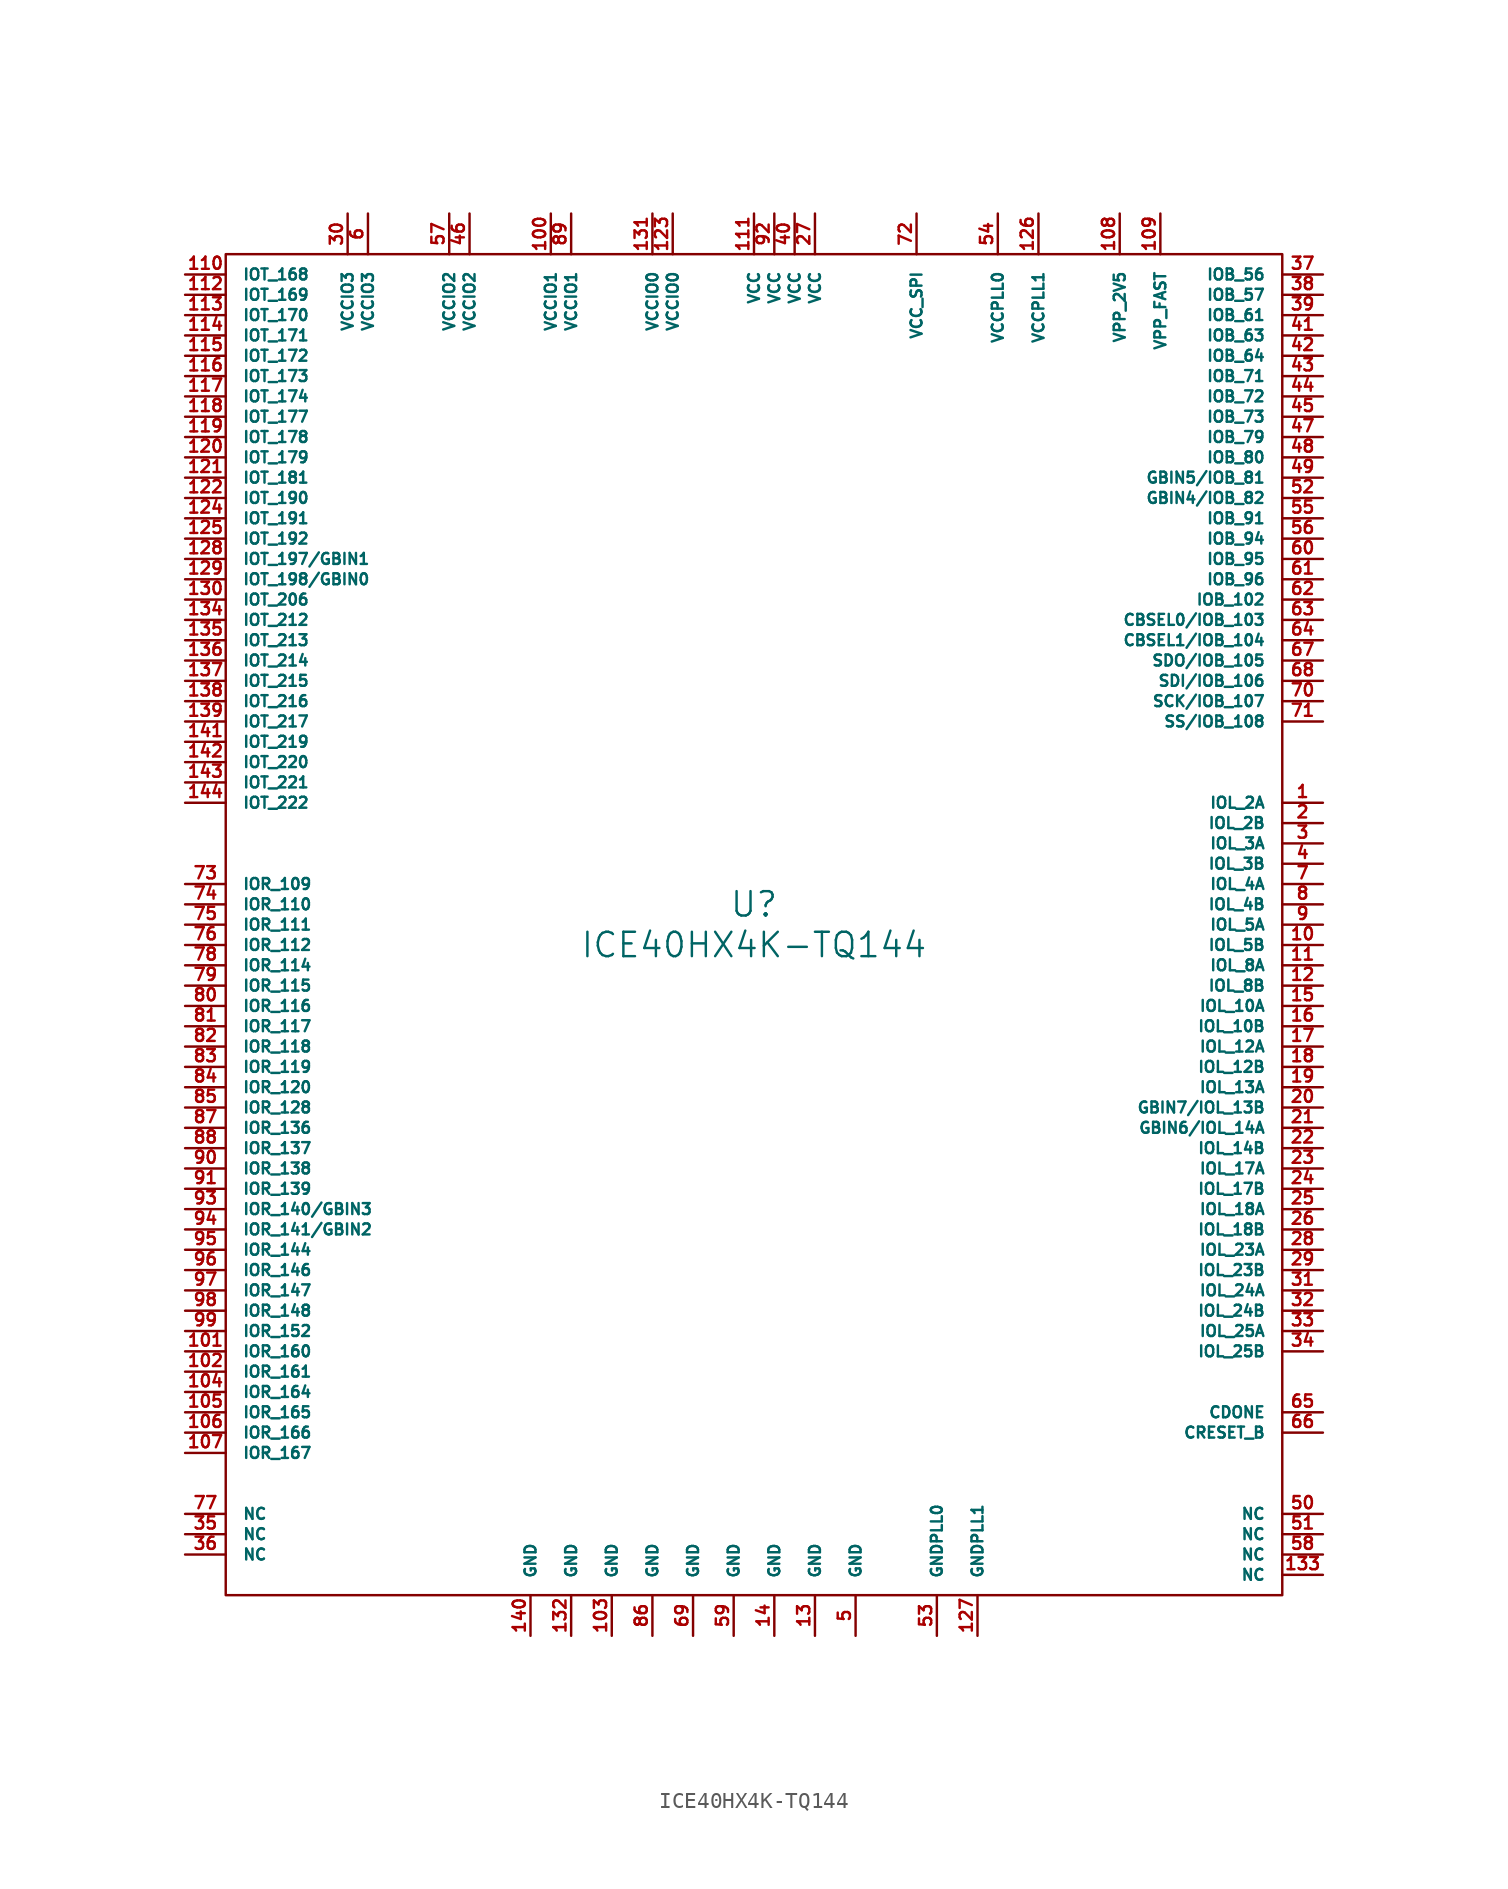
<source format=kicad_sym>
(kicad_symbol_lib
  (version 20220914)
  (generator kicad_symbol_editor)
  (symbol "ICE40HX4K-TQ144"
    (pin_names
      (offset 1.016))
    (property "Reference" "U"
      (at 0 1.27 0)
      (effects (font (size 1.524 1.524))))
    (property "Value" "ICE40HX4K-TQ144"
      (at 0 -1.27 0)
      (effects (font (size 1.524 1.524))))
    (property "Footprint" ""
      (at 0 3.81 0)
      (effects (font (size 1.524 1.524))))
    (property "Datasheet" ""
      (at 0 0 0)
      (effects (font (size 1.524 1.524))))
    (symbol "ICE40HX4K-TQ144_0_1"
      (rectangle (start 33.02 -41.91) (end -33.02 41.91) (stroke (width 0) (type solid)) (fill (type none))))
    (symbol "ICE40HX4K-TQ144_1_1"
      (pin passive line (at 35.56 7.62 180) (length 2.54) (name "IOL_2A" (effects (font (size 0.686 0.686)))) (number "1" (effects (font (size 0.762 0.762)))))
      (pin passive line (at 35.56 -1.27 180) (length 2.54) (name "IOL_5B" (effects (font (size 0.686 0.686)))) (number "10" (effects (font (size 0.762 0.762)))))
      (pin passive line (at -12.7 44.45 270) (length 2.54) (name "VCCIO1" (effects (font (size 0.686 0.686)))) (number "100" (effects (font (size 0.762 0.762)))))
      (pin passive line (at -35.56 -26.67 0) (length 2.54) (name "IOR_160" (effects (font (size 0.686 0.686)))) (number "101" (effects (font (size 0.762 0.762)))))
      (pin passive line (at -35.56 -27.94 0) (length 2.54) (name "IOR_161" (effects (font (size 0.686 0.686)))) (number "102" (effects (font (size 0.762 0.762)))))
      (pin passive line (at -8.89 -44.45 90) (length 2.54) (name "GND" (effects (font (size 0.686 0.686)))) (number "103" (effects (font (size 0.762 0.762)))))
      (pin passive line (at -35.56 -29.21 0) (length 2.54) (name "IOR_164" (effects (font (size 0.686 0.686)))) (number "104" (effects (font (size 0.762 0.762)))))
      (pin passive line (at -35.56 -30.48 0) (length 2.54) (name "IOR_165" (effects (font (size 0.686 0.686)))) (number "105" (effects (font (size 0.762 0.762)))))
      (pin passive line (at -35.56 -31.75 0) (length 2.54) (name "IOR_166" (effects (font (size 0.686 0.686)))) (number "106" (effects (font (size 0.762 0.762)))))
      (pin passive line (at -35.56 -33.02 0) (length 2.54) (name "IOR_167" (effects (font (size 0.686 0.686)))) (number "107" (effects (font (size 0.762 0.762)))))
      (pin passive line (at 22.86 44.45 270) (length 2.54) (name "VPP_2V5" (effects (font (size 0.686 0.686)))) (number "108" (effects (font (size 0.762 0.762)))))
      (pin passive line (at 25.4 44.45 270) (length 2.54) (name "VPP_FAST" (effects (font (size 0.686 0.686)))) (number "109" (effects (font (size 0.762 0.762)))))
      (pin passive line (at 35.56 -2.54 180) (length 2.54) (name "IOL_8A" (effects (font (size 0.686 0.686)))) (number "11" (effects (font (size 0.762 0.762)))))
      (pin passive line (at -35.56 40.64 0) (length 2.54) (name "IOT_168" (effects (font (size 0.686 0.686)))) (number "110" (effects (font (size 0.762 0.762)))))
      (pin passive line (at 0 44.45 270) (length 2.54) (name "VCC" (effects (font (size 0.686 0.686)))) (number "111" (effects (font (size 0.762 0.762)))))
      (pin passive line (at -35.56 39.37 0) (length 2.54) (name "IOT_169" (effects (font (size 0.686 0.686)))) (number "112" (effects (font (size 0.762 0.762)))))
      (pin passive line (at -35.56 38.1 0) (length 2.54) (name "IOT_170" (effects (font (size 0.686 0.686)))) (number "113" (effects (font (size 0.762 0.762)))))
      (pin passive line (at -35.56 36.83 0) (length 2.54) (name "IOT_171" (effects (font (size 0.686 0.686)))) (number "114" (effects (font (size 0.762 0.762)))))
      (pin passive line (at -35.56 35.56 0) (length 2.54) (name "IOT_172" (effects (font (size 0.686 0.686)))) (number "115" (effects (font (size 0.762 0.762)))))
      (pin passive line (at -35.56 34.29 0) (length 2.54) (name "IOT_173" (effects (font (size 0.686 0.686)))) (number "116" (effects (font (size 0.762 0.762)))))
      (pin passive line (at -35.56 33.02 0) (length 2.54) (name "IOT_174" (effects (font (size 0.686 0.686)))) (number "117" (effects (font (size 0.762 0.762)))))
      (pin passive line (at -35.56 31.75 0) (length 2.54) (name "IOT_177" (effects (font (size 0.686 0.686)))) (number "118" (effects (font (size 0.762 0.762)))))
      (pin passive line (at -35.56 30.48 0) (length 2.54) (name "IOT_178" (effects (font (size 0.686 0.686)))) (number "119" (effects (font (size 0.762 0.762)))))
      (pin passive line (at 35.56 -3.81 180) (length 2.54) (name "IOL_8B" (effects (font (size 0.686 0.686)))) (number "12" (effects (font (size 0.762 0.762)))))
      (pin passive line (at -35.56 29.21 0) (length 2.54) (name "IOT_179" (effects (font (size 0.686 0.686)))) (number "120" (effects (font (size 0.762 0.762)))))
      (pin passive line (at -35.56 27.94 0) (length 2.54) (name "IOT_181" (effects (font (size 0.686 0.686)))) (number "121" (effects (font (size 0.762 0.762)))))
      (pin passive line (at -35.56 26.67 0) (length 2.54) (name "IOT_190" (effects (font (size 0.686 0.686)))) (number "122" (effects (font (size 0.762 0.762)))))
      (pin passive line (at -5.08 44.45 270) (length 2.54) (name "VCCIO0" (effects (font (size 0.686 0.686)))) (number "123" (effects (font (size 0.762 0.762)))))
      (pin passive line (at -35.56 25.4 0) (length 2.54) (name "IOT_191" (effects (font (size 0.686 0.686)))) (number "124" (effects (font (size 0.762 0.762)))))
      (pin passive line (at -35.56 24.13 0) (length 2.54) (name "IOT_192" (effects (font (size 0.686 0.686)))) (number "125" (effects (font (size 0.762 0.762)))))
      (pin passive line (at 17.78 44.45 270) (length 2.54) (name "VCCPLL1" (effects (font (size 0.686 0.686)))) (number "126" (effects (font (size 0.762 0.762)))))
      (pin passive line (at 13.97 -44.45 90) (length 2.54) (name "GNDPLL1" (effects (font (size 0.686 0.686)))) (number "127" (effects (font (size 0.762 0.762)))))
      (pin passive line (at -35.56 22.86 0) (length 2.54) (name "IOT_197/GBIN1" (effects (font (size 0.686 0.686)))) (number "128" (effects (font (size 0.762 0.762)))))
      (pin passive line (at -35.56 21.59 0) (length 2.54) (name "IOT_198/GBIN0" (effects (font (size 0.686 0.686)))) (number "129" (effects (font (size 0.762 0.762)))))
      (pin passive line (at 3.81 -44.45 90) (length 2.54) (name "GND" (effects (font (size 0.686 0.686)))) (number "13" (effects (font (size 0.762 0.762)))))
      (pin passive line (at -35.56 20.32 0) (length 2.54) (name "IOT_206" (effects (font (size 0.686 0.686)))) (number "130" (effects (font (size 0.762 0.762)))))
      (pin passive line (at -6.35 44.45 270) (length 2.54) (name "VCCIO0" (effects (font (size 0.686 0.686)))) (number "131" (effects (font (size 0.762 0.762)))))
      (pin passive line (at -11.43 -44.45 90) (length 2.54) (name "GND" (effects (font (size 0.686 0.686)))) (number "132" (effects (font (size 0.762 0.762)))))
      (pin passive line (at 35.56 -40.64 180) (length 2.54) (name "NC" (effects (font (size 0.686 0.686)))) (number "133" (effects (font (size 0.762 0.762)))))
      (pin passive line (at -35.56 19.05 0) (length 2.54) (name "IOT_212" (effects (font (size 0.686 0.686)))) (number "134" (effects (font (size 0.762 0.762)))))
      (pin passive line (at -35.56 17.78 0) (length 2.54) (name "IOT_213" (effects (font (size 0.686 0.686)))) (number "135" (effects (font (size 0.762 0.762)))))
      (pin passive line (at -35.56 16.51 0) (length 2.54) (name "IOT_214" (effects (font (size 0.686 0.686)))) (number "136" (effects (font (size 0.762 0.762)))))
      (pin passive line (at -35.56 15.24 0) (length 2.54) (name "IOT_215" (effects (font (size 0.686 0.686)))) (number "137" (effects (font (size 0.762 0.762)))))
      (pin passive line (at -35.56 13.97 0) (length 2.54) (name "IOT_216" (effects (font (size 0.686 0.686)))) (number "138" (effects (font (size 0.762 0.762)))))
      (pin passive line (at -35.56 12.7 0) (length 2.54) (name "IOT_217" (effects (font (size 0.686 0.686)))) (number "139" (effects (font (size 0.762 0.762)))))
      (pin passive line (at 1.27 -44.45 90) (length 2.54) (name "GND" (effects (font (size 0.686 0.686)))) (number "14" (effects (font (size 0.762 0.762)))))
      (pin passive line (at -13.97 -44.45 90) (length 2.54) (name "GND" (effects (font (size 0.686 0.686)))) (number "140" (effects (font (size 0.762 0.762)))))
      (pin passive line (at -35.56 11.43 0) (length 2.54) (name "IOT_219" (effects (font (size 0.686 0.686)))) (number "141" (effects (font (size 0.762 0.762)))))
      (pin passive line (at -35.56 10.16 0) (length 2.54) (name "IOT_220" (effects (font (size 0.686 0.686)))) (number "142" (effects (font (size 0.762 0.762)))))
      (pin passive line (at -35.56 8.89 0) (length 2.54) (name "IOT_221" (effects (font (size 0.686 0.686)))) (number "143" (effects (font (size 0.762 0.762)))))
      (pin passive line (at -35.56 7.62 0) (length 2.54) (name "IOT_222" (effects (font (size 0.686 0.686)))) (number "144" (effects (font (size 0.762 0.762)))))
      (pin passive line (at 35.56 -5.08 180) (length 2.54) (name "IOL_10A" (effects (font (size 0.686 0.686)))) (number "15" (effects (font (size 0.762 0.762)))))
      (pin passive line (at 35.56 -6.35 180) (length 2.54) (name "IOL_10B" (effects (font (size 0.686 0.686)))) (number "16" (effects (font (size 0.762 0.762)))))
      (pin passive line (at 35.56 -7.62 180) (length 2.54) (name "IOL_12A" (effects (font (size 0.686 0.686)))) (number "17" (effects (font (size 0.762 0.762)))))
      (pin passive line (at 35.56 -8.89 180) (length 2.54) (name "IOL_12B" (effects (font (size 0.686 0.686)))) (number "18" (effects (font (size 0.762 0.762)))))
      (pin passive line (at 35.56 -10.16 180) (length 2.54) (name "IOL_13A" (effects (font (size 0.686 0.686)))) (number "19" (effects (font (size 0.762 0.762)))))
      (pin passive line (at 35.56 6.35 180) (length 2.54) (name "IOL_2B" (effects (font (size 0.686 0.686)))) (number "2" (effects (font (size 0.762 0.762)))))
      (pin passive line (at 35.56 -11.43 180) (length 2.54) (name "GBIN7/IOL_13B" (effects (font (size 0.686 0.686)))) (number "20" (effects (font (size 0.762 0.762)))))
      (pin passive line (at 35.56 -12.7 180) (length 2.54) (name "GBIN6/IOL_14A" (effects (font (size 0.686 0.686)))) (number "21" (effects (font (size 0.762 0.762)))))
      (pin passive line (at 35.56 -13.97 180) (length 2.54) (name "IOL_14B" (effects (font (size 0.686 0.686)))) (number "22" (effects (font (size 0.762 0.762)))))
      (pin passive line (at 35.56 -15.24 180) (length 2.54) (name "IOL_17A" (effects (font (size 0.686 0.686)))) (number "23" (effects (font (size 0.762 0.762)))))
      (pin passive line (at 35.56 -16.51 180) (length 2.54) (name "IOL_17B" (effects (font (size 0.686 0.686)))) (number "24" (effects (font (size 0.762 0.762)))))
      (pin passive line (at 35.56 -17.78 180) (length 2.54) (name "IOL_18A" (effects (font (size 0.686 0.686)))) (number "25" (effects (font (size 0.762 0.762)))))
      (pin passive line (at 35.56 -19.05 180) (length 2.54) (name "IOL_18B" (effects (font (size 0.686 0.686)))) (number "26" (effects (font (size 0.762 0.762)))))
      (pin passive line (at 3.81 44.45 270) (length 2.54) (name "VCC" (effects (font (size 0.686 0.686)))) (number "27" (effects (font (size 0.762 0.762)))))
      (pin passive line (at 35.56 -20.32 180) (length 2.54) (name "IOL_23A" (effects (font (size 0.686 0.686)))) (number "28" (effects (font (size 0.762 0.762)))))
      (pin passive line (at 35.56 -21.59 180) (length 2.54) (name "IOL_23B" (effects (font (size 0.686 0.686)))) (number "29" (effects (font (size 0.762 0.762)))))
      (pin passive line (at 35.56 5.08 180) (length 2.54) (name "IOL_3A" (effects (font (size 0.686 0.686)))) (number "3" (effects (font (size 0.762 0.762)))))
      (pin passive line (at -25.4 44.45 270) (length 2.54) (name "VCCIO3" (effects (font (size 0.686 0.686)))) (number "30" (effects (font (size 0.762 0.762)))))
      (pin passive line (at 35.56 -22.86 180) (length 2.54) (name "IOL_24A" (effects (font (size 0.686 0.686)))) (number "31" (effects (font (size 0.762 0.762)))))
      (pin passive line (at 35.56 -24.13 180) (length 2.54) (name "IOL_24B" (effects (font (size 0.686 0.686)))) (number "32" (effects (font (size 0.762 0.762)))))
      (pin passive line (at 35.56 -25.4 180) (length 2.54) (name "IOL_25A" (effects (font (size 0.686 0.686)))) (number "33" (effects (font (size 0.762 0.762)))))
      (pin passive line (at 35.56 -26.67 180) (length 2.54) (name "IOL_25B" (effects (font (size 0.686 0.686)))) (number "34" (effects (font (size 0.762 0.762)))))
      (pin passive line (at -35.56 -38.1 0) (length 2.54) (name "NC" (effects (font (size 0.686 0.686)))) (number "35" (effects (font (size 0.762 0.762)))))
      (pin passive line (at -35.56 -39.37 0) (length 2.54) (name "NC" (effects (font (size 0.686 0.686)))) (number "36" (effects (font (size 0.762 0.762)))))
      (pin passive line (at 35.56 40.64 180) (length 2.54) (name "IOB_56" (effects (font (size 0.686 0.686)))) (number "37" (effects (font (size 0.762 0.762)))))
      (pin passive line (at 35.56 39.37 180) (length 2.54) (name "IOB_57" (effects (font (size 0.686 0.686)))) (number "38" (effects (font (size 0.762 0.762)))))
      (pin passive line (at 35.56 38.1 180) (length 2.54) (name "IOB_61" (effects (font (size 0.686 0.686)))) (number "39" (effects (font (size 0.762 0.762)))))
      (pin passive line (at 35.56 3.81 180) (length 2.54) (name "IOL_3B" (effects (font (size 0.686 0.686)))) (number "4" (effects (font (size 0.762 0.762)))))
      (pin passive line (at 2.54 44.45 270) (length 2.54) (name "VCC" (effects (font (size 0.686 0.686)))) (number "40" (effects (font (size 0.762 0.762)))))
      (pin passive line (at 35.56 36.83 180) (length 2.54) (name "IOB_63" (effects (font (size 0.686 0.686)))) (number "41" (effects (font (size 0.762 0.762)))))
      (pin passive line (at 35.56 35.56 180) (length 2.54) (name "IOB_64" (effects (font (size 0.686 0.686)))) (number "42" (effects (font (size 0.762 0.762)))))
      (pin passive line (at 35.56 34.29 180) (length 2.54) (name "IOB_71" (effects (font (size 0.686 0.686)))) (number "43" (effects (font (size 0.762 0.762)))))
      (pin passive line (at 35.56 33.02 180) (length 2.54) (name "IOB_72" (effects (font (size 0.686 0.686)))) (number "44" (effects (font (size 0.762 0.762)))))
      (pin passive line (at 35.56 31.75 180) (length 2.54) (name "IOB_73" (effects (font (size 0.686 0.686)))) (number "45" (effects (font (size 0.762 0.762)))))
      (pin passive line (at -17.78 44.45 270) (length 2.54) (name "VCCIO2" (effects (font (size 0.686 0.686)))) (number "46" (effects (font (size 0.762 0.762)))))
      (pin passive line (at 35.56 30.48 180) (length 2.54) (name "IOB_79" (effects (font (size 0.686 0.686)))) (number "47" (effects (font (size 0.762 0.762)))))
      (pin passive line (at 35.56 29.21 180) (length 2.54) (name "IOB_80" (effects (font (size 0.686 0.686)))) (number "48" (effects (font (size 0.762 0.762)))))
      (pin passive line (at 35.56 27.94 180) (length 2.54) (name "GBIN5/IOB_81" (effects (font (size 0.686 0.686)))) (number "49" (effects (font (size 0.762 0.762)))))
      (pin passive line (at 6.35 -44.45 90) (length 2.54) (name "GND" (effects (font (size 0.686 0.686)))) (number "5" (effects (font (size 0.762 0.762)))))
      (pin passive line (at 35.56 -36.83 180) (length 2.54) (name "NC" (effects (font (size 0.686 0.686)))) (number "50" (effects (font (size 0.762 0.762)))))
      (pin passive line (at 35.56 -38.1 180) (length 2.54) (name "NC" (effects (font (size 0.686 0.686)))) (number "51" (effects (font (size 0.762 0.762)))))
      (pin passive line (at 35.56 26.67 180) (length 2.54) (name "GBIN4/IOB_82" (effects (font (size 0.686 0.686)))) (number "52" (effects (font (size 0.762 0.762)))))
      (pin passive line (at 11.43 -44.45 90) (length 2.54) (name "GNDPLL0" (effects (font (size 0.686 0.686)))) (number "53" (effects (font (size 0.762 0.762)))))
      (pin passive line (at 15.24 44.45 270) (length 2.54) (name "VCCPLL0" (effects (font (size 0.686 0.686)))) (number "54" (effects (font (size 0.762 0.762)))))
      (pin passive line (at 35.56 25.4 180) (length 2.54) (name "IOB_91" (effects (font (size 0.686 0.686)))) (number "55" (effects (font (size 0.762 0.762)))))
      (pin passive line (at 35.56 24.13 180) (length 2.54) (name "IOB_94" (effects (font (size 0.686 0.686)))) (number "56" (effects (font (size 0.762 0.762)))))
      (pin passive line (at -19.05 44.45 270) (length 2.54) (name "VCCIO2" (effects (font (size 0.686 0.686)))) (number "57" (effects (font (size 0.762 0.762)))))
      (pin passive line (at 35.56 -39.37 180) (length 2.54) (name "NC" (effects (font (size 0.686 0.686)))) (number "58" (effects (font (size 0.762 0.762)))))
      (pin passive line (at -1.27 -44.45 90) (length 2.54) (name "GND" (effects (font (size 0.686 0.686)))) (number "59" (effects (font (size 0.762 0.762)))))
      (pin passive line (at -24.13 44.45 270) (length 2.54) (name "VCCIO3" (effects (font (size 0.686 0.686)))) (number "6" (effects (font (size 0.762 0.762)))))
      (pin passive line (at 35.56 22.86 180) (length 2.54) (name "IOB_95" (effects (font (size 0.686 0.686)))) (number "60" (effects (font (size 0.762 0.762)))))
      (pin passive line (at 35.56 21.59 180) (length 2.54) (name "IOB_96" (effects (font (size 0.686 0.686)))) (number "61" (effects (font (size 0.762 0.762)))))
      (pin passive line (at 35.56 20.32 180) (length 2.54) (name "IOB_102" (effects (font (size 0.686 0.686)))) (number "62" (effects (font (size 0.762 0.762)))))
      (pin passive line (at 35.56 19.05 180) (length 2.54) (name "CBSEL0/IOB_103" (effects (font (size 0.686 0.686)))) (number "63" (effects (font (size 0.762 0.762)))))
      (pin passive line (at 35.56 17.78 180) (length 2.54) (name "CBSEL1/IOB_104" (effects (font (size 0.686 0.686)))) (number "64" (effects (font (size 0.762 0.762)))))
      (pin passive line (at 35.56 -30.48 180) (length 2.54) (name "CDONE" (effects (font (size 0.686 0.686)))) (number "65" (effects (font (size 0.762 0.762)))))
      (pin passive line (at 35.56 -31.75 180) (length 2.54) (name "CRESET_B" (effects (font (size 0.686 0.686)))) (number "66" (effects (font (size 0.762 0.762)))))
      (pin passive line (at 35.56 16.51 180) (length 2.54) (name "SDO/IOB_105" (effects (font (size 0.686 0.686)))) (number "67" (effects (font (size 0.762 0.762)))))
      (pin passive line (at 35.56 15.24 180) (length 2.54) (name "SDI/IOB_106" (effects (font (size 0.686 0.686)))) (number "68" (effects (font (size 0.762 0.762)))))
      (pin passive line (at -3.81 -44.45 90) (length 2.54) (name "GND" (effects (font (size 0.686 0.686)))) (number "69" (effects (font (size 0.762 0.762)))))
      (pin passive line (at 35.56 2.54 180) (length 2.54) (name "IOL_4A" (effects (font (size 0.686 0.686)))) (number "7" (effects (font (size 0.762 0.762)))))
      (pin passive line (at 35.56 13.97 180) (length 2.54) (name "SCK/IOB_107" (effects (font (size 0.686 0.686)))) (number "70" (effects (font (size 0.762 0.762)))))
      (pin passive line (at 35.56 12.7 180) (length 2.54) (name "SS/IOB_108" (effects (font (size 0.686 0.686)))) (number "71" (effects (font (size 0.762 0.762)))))
      (pin passive line (at 10.16 44.45 270) (length 2.54) (name "VCC_SPI" (effects (font (size 0.686 0.686)))) (number "72" (effects (font (size 0.762 0.762)))))
      (pin passive line (at -35.56 2.54 0) (length 2.54) (name "IOR_109" (effects (font (size 0.686 0.686)))) (number "73" (effects (font (size 0.762 0.762)))))
      (pin passive line (at -35.56 1.27 0) (length 2.54) (name "IOR_110" (effects (font (size 0.686 0.686)))) (number "74" (effects (font (size 0.762 0.762)))))
      (pin passive line (at -35.56 0 0) (length 2.54) (name "IOR_111" (effects (font (size 0.686 0.686)))) (number "75" (effects (font (size 0.762 0.762)))))
      (pin passive line (at -35.56 -1.27 0) (length 2.54) (name "IOR_112" (effects (font (size 0.686 0.686)))) (number "76" (effects (font (size 0.762 0.762)))))
      (pin passive line (at -35.56 -36.83 0) (length 2.54) (name "NC" (effects (font (size 0.686 0.686)))) (number "77" (effects (font (size 0.762 0.762)))))
      (pin passive line (at -35.56 -2.54 0) (length 2.54) (name "IOR_114" (effects (font (size 0.686 0.686)))) (number "78" (effects (font (size 0.762 0.762)))))
      (pin passive line (at -35.56 -3.81 0) (length 2.54) (name "IOR_115" (effects (font (size 0.686 0.686)))) (number "79" (effects (font (size 0.762 0.762)))))
      (pin passive line (at 35.56 1.27 180) (length 2.54) (name "IOL_4B" (effects (font (size 0.686 0.686)))) (number "8" (effects (font (size 0.762 0.762)))))
      (pin passive line (at -35.56 -5.08 0) (length 2.54) (name "IOR_116" (effects (font (size 0.686 0.686)))) (number "80" (effects (font (size 0.762 0.762)))))
      (pin passive line (at -35.56 -6.35 0) (length 2.54) (name "IOR_117" (effects (font (size 0.686 0.686)))) (number "81" (effects (font (size 0.762 0.762)))))
      (pin passive line (at -35.56 -7.62 0) (length 2.54) (name "IOR_118" (effects (font (size 0.686 0.686)))) (number "82" (effects (font (size 0.762 0.762)))))
      (pin passive line (at -35.56 -8.89 0) (length 2.54) (name "IOR_119" (effects (font (size 0.686 0.686)))) (number "83" (effects (font (size 0.762 0.762)))))
      (pin passive line (at -35.56 -10.16 0) (length 2.54) (name "IOR_120" (effects (font (size 0.686 0.686)))) (number "84" (effects (font (size 0.762 0.762)))))
      (pin passive line (at -35.56 -11.43 0) (length 2.54) (name "IOR_128" (effects (font (size 0.686 0.686)))) (number "85" (effects (font (size 0.762 0.762)))))
      (pin passive line (at -6.35 -44.45 90) (length 2.54) (name "GND" (effects (font (size 0.686 0.686)))) (number "86" (effects (font (size 0.762 0.762)))))
      (pin passive line (at -35.56 -12.7 0) (length 2.54) (name "IOR_136" (effects (font (size 0.686 0.686)))) (number "87" (effects (font (size 0.762 0.762)))))
      (pin passive line (at -35.56 -13.97 0) (length 2.54) (name "IOR_137" (effects (font (size 0.686 0.686)))) (number "88" (effects (font (size 0.762 0.762)))))
      (pin passive line (at -11.43 44.45 270) (length 2.54) (name "VCCIO1" (effects (font (size 0.686 0.686)))) (number "89" (effects (font (size 0.762 0.762)))))
      (pin passive line (at 35.56 0 180) (length 2.54) (name "IOL_5A" (effects (font (size 0.686 0.686)))) (number "9" (effects (font (size 0.762 0.762)))))
      (pin passive line (at -35.56 -15.24 0) (length 2.54) (name "IOR_138" (effects (font (size 0.686 0.686)))) (number "90" (effects (font (size 0.762 0.762)))))
      (pin passive line (at -35.56 -16.51 0) (length 2.54) (name "IOR_139" (effects (font (size 0.686 0.686)))) (number "91" (effects (font (size 0.762 0.762)))))
      (pin passive line (at 1.27 44.45 270) (length 2.54) (name "VCC" (effects (font (size 0.686 0.686)))) (number "92" (effects (font (size 0.762 0.762)))))
      (pin passive line (at -35.56 -17.78 0) (length 2.54) (name "IOR_140/GBIN3" (effects (font (size 0.686 0.686)))) (number "93" (effects (font (size 0.762 0.762)))))
      (pin passive line (at -35.56 -19.05 0) (length 2.54) (name "IOR_141/GBIN2" (effects (font (size 0.686 0.686)))) (number "94" (effects (font (size 0.762 0.762)))))
      (pin passive line (at -35.56 -20.32 0) (length 2.54) (name "IOR_144" (effects (font (size 0.686 0.686)))) (number "95" (effects (font (size 0.762 0.762)))))
      (pin passive line (at -35.56 -21.59 0) (length 2.54) (name "IOR_146" (effects (font (size 0.686 0.686)))) (number "96" (effects (font (size 0.762 0.762)))))
      (pin passive line (at -35.56 -22.86 0) (length 2.54) (name "IOR_147" (effects (font (size 0.686 0.686)))) (number "97" (effects (font (size 0.762 0.762)))))
      (pin passive line (at -35.56 -24.13 0) (length 2.54) (name "IOR_148" (effects (font (size 0.686 0.686)))) (number "98" (effects (font (size 0.762 0.762)))))
      (pin passive line (at -35.56 -25.4 0) (length 2.54) (name "IOR_152" (effects (font (size 0.686 0.686)))) (number "99" (effects (font (size 0.762 0.762))))))))
</source>
